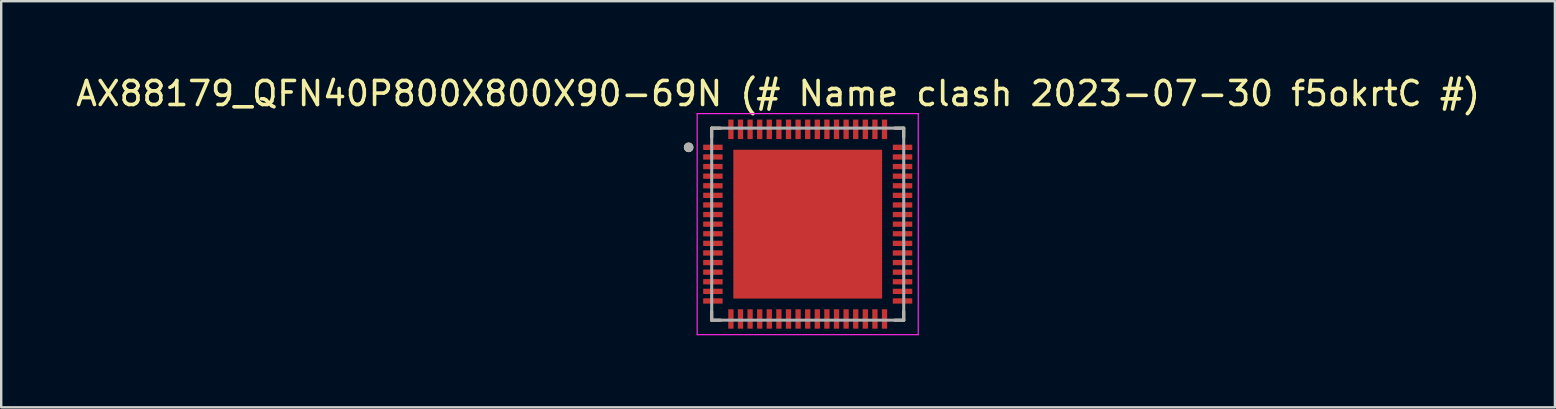
<source format=kicad_pcb>
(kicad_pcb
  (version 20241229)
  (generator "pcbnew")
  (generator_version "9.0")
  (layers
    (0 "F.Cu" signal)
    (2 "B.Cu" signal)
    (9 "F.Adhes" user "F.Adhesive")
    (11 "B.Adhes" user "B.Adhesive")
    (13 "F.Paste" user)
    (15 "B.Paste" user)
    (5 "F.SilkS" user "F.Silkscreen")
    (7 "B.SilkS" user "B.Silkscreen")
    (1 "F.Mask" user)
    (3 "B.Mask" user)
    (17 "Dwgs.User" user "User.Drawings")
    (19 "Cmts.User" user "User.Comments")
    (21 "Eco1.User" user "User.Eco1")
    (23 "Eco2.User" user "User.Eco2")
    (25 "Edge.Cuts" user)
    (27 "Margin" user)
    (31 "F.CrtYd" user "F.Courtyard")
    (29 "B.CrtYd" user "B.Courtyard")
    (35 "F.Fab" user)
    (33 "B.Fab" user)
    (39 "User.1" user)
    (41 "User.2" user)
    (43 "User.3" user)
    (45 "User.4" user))
  (footprint "AX88179_QFN40P800X800X90-69N (# Name clash 2023-07-30 f5okrtC #)"
    (layer "F.Cu")
    (at 30.598 6.288)
    (property "Reference" "AX88179_QFN40P800X800X90-69N (# Name clash 2023-07-30 f5okrtC #)" (at -1.235 -5.44 0) (layer "F.SilkS") (effects (font (size 1 1) (thickness 0.15))))
    (attr through_hole)
    (fp_line (start -4 -4) (end -4 -3.63) (stroke (width 0.127) (type solid)) (layer "F.SilkS"))
    (fp_line (start -4 -4) (end -3.63 -4) (stroke (width 0.127) (type solid)) (layer "F.SilkS"))
    (fp_line (start -4 4) (end -4 3.63) (stroke (width 0.127) (type solid)) (layer "F.SilkS"))
    (fp_line (start -4 4) (end -3.63 4) (stroke (width 0.127) (type solid)) (layer "F.SilkS"))
    (fp_line (start 4 -4) (end 3.63 -4) (stroke (width 0.127) (type solid)) (layer "F.SilkS"))
    (fp_line (start 4 -4) (end 4 -3.63) (stroke (width 0.127) (type solid)) (layer "F.SilkS"))
    (fp_line (start 4 4) (end 3.63 4) (stroke (width 0.127) (type solid)) (layer "F.SilkS"))
    (fp_line (start 4 4) (end 4 3.63) (stroke (width 0.127) (type solid)) (layer "F.SilkS"))
    (fp_circle (center -4.96 -3.2) (end -4.86 -3.2) (stroke (width 0.2) (type solid)) (fill no) (layer "F.SilkS"))
    (fp_poly (pts (xy -2.715 -2.715) (xy -1.415 -2.715) (xy -1.415 -1.415) (xy -2.715 -1.415)) (stroke (width 0.01) (type solid)) (fill yes) (layer "F.Paste"))
    (fp_poly (pts (xy -2.715 -0.645) (xy -1.415 -0.645) (xy -1.415 0.655) (xy -2.715 0.655)) (stroke (width 0.01) (type solid)) (fill yes) (layer "F.Paste"))
    (fp_poly (pts (xy -2.715 1.425) (xy -1.415 1.425) (xy -1.415 2.725) (xy -2.715 2.725)) (stroke (width 0.01) (type solid)) (fill yes) (layer "F.Paste"))
    (fp_poly (pts (xy -0.645 -2.715) (xy 0.655 -2.715) (xy 0.655 -1.415) (xy -0.645 -1.415)) (stroke (width 0.01) (type solid)) (fill yes) (layer "F.Paste"))
    (fp_poly (pts (xy -0.645 -0.645) (xy 0.655 -0.645) (xy 0.655 0.655) (xy -0.645 0.655)) (stroke (width 0.01) (type solid)) (fill yes) (layer "F.Paste"))
    (fp_poly (pts (xy -0.645 1.425) (xy 0.655 1.425) (xy 0.655 2.725) (xy -0.645 2.725)) (stroke (width 0.01) (type solid)) (fill yes) (layer "F.Paste"))
    (fp_poly (pts (xy 1.425 -2.715) (xy 2.725 -2.715) (xy 2.725 -1.415) (xy 1.425 -1.415)) (stroke (width 0.01) (type solid)) (fill yes) (layer "F.Paste"))
    (fp_poly (pts (xy 1.425 -0.645) (xy 2.725 -0.645) (xy 2.725 0.655) (xy 1.425 0.655)) (stroke (width 0.01) (type solid)) (fill yes) (layer "F.Paste"))
    (fp_poly (pts (xy 1.425 1.425) (xy 2.725 1.425) (xy 2.725 2.725) (xy 1.425 2.725)) (stroke (width 0.01) (type solid)) (fill yes) (layer "F.Paste"))
    (fp_line (start -4.605 -4.605) (end 4.605 -4.605) (stroke (width 0.05) (type solid)) (layer "F.CrtYd"))
    (fp_line (start -4.605 4.605) (end -4.605 -4.605) (stroke (width 0.05) (type solid)) (layer "F.CrtYd"))
    (fp_line (start -4.605 4.605) (end 4.605 4.605) (stroke (width 0.05) (type solid)) (layer "F.CrtYd"))
    (fp_line (start 4.605 4.605) (end 4.605 -4.605) (stroke (width 0.05) (type solid)) (layer "F.CrtYd"))
    (fp_line (start -4 4) (end -4 -4) (stroke (width 0.127) (type solid)) (layer "F.Fab"))
    (fp_line (start 4 -4) (end -4 -4) (stroke (width 0.127) (type solid)) (layer "F.Fab"))
    (fp_line (start 4 4) (end -4 4) (stroke (width 0.127) (type solid)) (layer "F.Fab"))
    (fp_line (start 4 4) (end 4 -4) (stroke (width 0.127) (type solid)) (layer "F.Fab"))
    (fp_circle (center -4.96 -3.2) (end -4.86 -3.2) (stroke (width 0.2) (type solid)) (fill no) (layer "F.Fab"))
    (pad "1" smd roundrect (at -3.95 -3.2) (size 0.81 0.22) (layers "F.Cu" "F.Mask" "F.Paste") (roundrect_rratio 0.03))
    (pad "2" smd roundrect (at -3.95 -2.8) (size 0.81 0.22) (layers "F.Cu" "F.Mask" "F.Paste") (roundrect_rratio 0.03))
    (pad "3" smd roundrect (at -3.95 -2.4) (size 0.81 0.22) (layers "F.Cu" "F.Mask" "F.Paste") (roundrect_rratio 0.03))
    (pad "4" smd roundrect (at -3.95 -2) (size 0.81 0.22) (layers "F.Cu" "F.Mask" "F.Paste") (roundrect_rratio 0.03))
    (pad "5" smd roundrect (at -3.95 -1.6) (size 0.81 0.22) (layers "F.Cu" "F.Mask" "F.Paste") (roundrect_rratio 0.03))
    (pad "6" smd roundrect (at -3.95 -1.2) (size 0.81 0.22) (layers "F.Cu" "F.Mask" "F.Paste") (roundrect_rratio 0.03))
    (pad "7" smd roundrect (at -3.95 -0.8) (size 0.81 0.22) (layers "F.Cu" "F.Mask" "F.Paste") (roundrect_rratio 0.03))
    (pad "8" smd roundrect (at -3.95 -0.4) (size 0.81 0.22) (layers "F.Cu" "F.Mask" "F.Paste") (roundrect_rratio 0.03))
    (pad "9" smd roundrect (at -3.95 0) (size 0.81 0.22) (layers "F.Cu" "F.Mask" "F.Paste") (roundrect_rratio 0.03))
    (pad "10" smd roundrect (at -3.95 0.4) (size 0.81 0.22) (layers "F.Cu" "F.Mask" "F.Paste") (roundrect_rratio 0.03))
    (pad "11" smd roundrect (at -3.95 0.8) (size 0.81 0.22) (layers "F.Cu" "F.Mask" "F.Paste") (roundrect_rratio 0.03))
    (pad "12" smd roundrect (at -3.95 1.2) (size 0.81 0.22) (layers "F.Cu" "F.Mask" "F.Paste") (roundrect_rratio 0.03))
    (pad "13" smd roundrect (at -3.95 1.6) (size 0.81 0.22) (layers "F.Cu" "F.Mask" "F.Paste") (roundrect_rratio 0.03))
    (pad "14" smd roundrect (at -3.95 2) (size 0.81 0.22) (layers "F.Cu" "F.Mask" "F.Paste") (roundrect_rratio 0.03))
    (pad "15" smd roundrect (at -3.95 2.4) (size 0.81 0.22) (layers "F.Cu" "F.Mask" "F.Paste") (roundrect_rratio 0.03))
    (pad "16" smd roundrect (at -3.95 2.8) (size 0.81 0.22) (layers "F.Cu" "F.Mask" "F.Paste") (roundrect_rratio 0.03))
    (pad "17" smd roundrect (at -3.95 3.2) (size 0.81 0.22) (layers "F.Cu" "F.Mask" "F.Paste") (roundrect_rratio 0.03))
    (pad "18" smd roundrect (at -3.2 3.95) (size 0.22 0.81) (layers "F.Cu" "F.Mask" "F.Paste") (roundrect_rratio 0.03))
    (pad "19" smd roundrect (at -2.8 3.95) (size 0.22 0.81) (layers "F.Cu" "F.Mask" "F.Paste") (roundrect_rratio 0.03))
    (pad "20" smd roundrect (at -2.4 3.95) (size 0.22 0.81) (layers "F.Cu" "F.Mask" "F.Paste") (roundrect_rratio 0.03))
    (pad "21" smd roundrect (at -2 3.95) (size 0.22 0.81) (layers "F.Cu" "F.Mask" "F.Paste") (roundrect_rratio 0.03))
    (pad "22" smd roundrect (at -1.6 3.95) (size 0.22 0.81) (layers "F.Cu" "F.Mask" "F.Paste") (roundrect_rratio 0.03))
    (pad "23" smd roundrect (at -1.2 3.95) (size 0.22 0.81) (layers "F.Cu" "F.Mask" "F.Paste") (roundrect_rratio 0.03))
    (pad "24" smd roundrect (at -0.8 3.95) (size 0.22 0.81) (layers "F.Cu" "F.Mask" "F.Paste") (roundrect_rratio 0.03))
    (pad "25" smd roundrect (at -0.4 3.95) (size 0.22 0.81) (layers "F.Cu" "F.Mask" "F.Paste") (roundrect_rratio 0.03))
    (pad "26" smd roundrect (at 0 3.95) (size 0.22 0.81) (layers "F.Cu" "F.Mask" "F.Paste") (roundrect_rratio 0.03))
    (pad "27" smd roundrect (at 0.4 3.95) (size 0.22 0.81) (layers "F.Cu" "F.Mask" "F.Paste") (roundrect_rratio 0.03))
    (pad "28" smd roundrect (at 0.8 3.95) (size 0.22 0.81) (layers "F.Cu" "F.Mask" "F.Paste") (roundrect_rratio 0.03))
    (pad "29" smd roundrect (at 1.2 3.95) (size 0.22 0.81) (layers "F.Cu" "F.Mask" "F.Paste") (roundrect_rratio 0.03))
    (pad "30" smd roundrect (at 1.6 3.95) (size 0.22 0.81) (layers "F.Cu" "F.Mask" "F.Paste") (roundrect_rratio 0.03))
    (pad "31" smd roundrect (at 2 3.95) (size 0.22 0.81) (layers "F.Cu" "F.Mask" "F.Paste") (roundrect_rratio 0.03))
    (pad "32" smd roundrect (at 2.4 3.95) (size 0.22 0.81) (layers "F.Cu" "F.Mask" "F.Paste") (roundrect_rratio 0.03))
    (pad "33" smd roundrect (at 2.8 3.95) (size 0.22 0.81) (layers "F.Cu" "F.Mask" "F.Paste") (roundrect_rratio 0.03))
    (pad "34" smd roundrect (at 3.2 3.95) (size 0.22 0.81) (layers "F.Cu" "F.Mask" "F.Paste") (roundrect_rratio 0.03))
    (pad "35" smd roundrect (at 3.95 3.2) (size 0.81 0.22) (layers "F.Cu" "F.Mask" "F.Paste") (roundrect_rratio 0.03))
    (pad "36" smd roundrect (at 3.95 2.8) (size 0.81 0.22) (layers "F.Cu" "F.Mask" "F.Paste") (roundrect_rratio 0.03))
    (pad "37" smd roundrect (at 3.95 2.4) (size 0.81 0.22) (layers "F.Cu" "F.Mask" "F.Paste") (roundrect_rratio 0.03))
    (pad "38" smd roundrect (at 3.95 2) (size 0.81 0.22) (layers "F.Cu" "F.Mask" "F.Paste") (roundrect_rratio 0.03))
    (pad "39" smd roundrect (at 3.95 1.6) (size 0.81 0.22) (layers "F.Cu" "F.Mask" "F.Paste") (roundrect_rratio 0.03))
    (pad "40" smd roundrect (at 3.95 1.2) (size 0.81 0.22) (layers "F.Cu" "F.Mask" "F.Paste") (roundrect_rratio 0.03))
    (pad "41" smd roundrect (at 3.95 0.8) (size 0.81 0.22) (layers "F.Cu" "F.Mask" "F.Paste") (roundrect_rratio 0.03))
    (pad "42" smd roundrect (at 3.95 0.4) (size 0.81 0.22) (layers "F.Cu" "F.Mask" "F.Paste") (roundrect_rratio 0.03))
    (pad "43" smd roundrect (at 3.95 0) (size 0.81 0.22) (layers "F.Cu" "F.Mask" "F.Paste") (roundrect_rratio 0.03))
    (pad "44" smd roundrect (at 3.95 -0.4) (size 0.81 0.22) (layers "F.Cu" "F.Mask" "F.Paste") (roundrect_rratio 0.03))
    (pad "45" smd roundrect (at 3.95 -0.8) (size 0.81 0.22) (layers "F.Cu" "F.Mask" "F.Paste") (roundrect_rratio 0.03))
    (pad "46" smd roundrect (at 3.95 -1.2) (size 0.81 0.22) (layers "F.Cu" "F.Mask" "F.Paste") (roundrect_rratio 0.03))
    (pad "47" smd roundrect (at 3.95 -1.6) (size 0.81 0.22) (layers "F.Cu" "F.Mask" "F.Paste") (roundrect_rratio 0.03))
    (pad "48" smd roundrect (at 3.95 -2) (size 0.81 0.22) (layers "F.Cu" "F.Mask" "F.Paste") (roundrect_rratio 0.03))
    (pad "49" smd roundrect (at 3.95 -2.4) (size 0.81 0.22) (layers "F.Cu" "F.Mask" "F.Paste") (roundrect_rratio 0.03))
    (pad "50" smd roundrect (at 3.95 -2.8) (size 0.81 0.22) (layers "F.Cu" "F.Mask" "F.Paste") (roundrect_rratio 0.03))
    (pad "51" smd roundrect (at 3.95 -3.2) (size 0.81 0.22) (layers "F.Cu" "F.Mask" "F.Paste") (roundrect_rratio 0.03))
    (pad "52" smd roundrect (at 3.2 -3.95) (size 0.22 0.81) (layers "F.Cu" "F.Mask" "F.Paste") (roundrect_rratio 0.03))
    (pad "53" smd roundrect (at 2.8 -3.95) (size 0.22 0.81) (layers "F.Cu" "F.Mask" "F.Paste") (roundrect_rratio 0.03))
    (pad "54" smd roundrect (at 2.4 -3.95) (size 0.22 0.81) (layers "F.Cu" "F.Mask" "F.Paste") (roundrect_rratio 0.03))
    (pad "55" smd roundrect (at 2 -3.95) (size 0.22 0.81) (layers "F.Cu" "F.Mask" "F.Paste") (roundrect_rratio 0.03))
    (pad "56" smd roundrect (at 1.6 -3.95) (size 0.22 0.81) (layers "F.Cu" "F.Mask" "F.Paste") (roundrect_rratio 0.03))
    (pad "57" smd roundrect (at 1.2 -3.95) (size 0.22 0.81) (layers "F.Cu" "F.Mask" "F.Paste") (roundrect_rratio 0.03))
    (pad "58" smd roundrect (at 0.8 -3.95) (size 0.22 0.81) (layers "F.Cu" "F.Mask" "F.Paste") (roundrect_rratio 0.03))
    (pad "59" smd roundrect (at 0.4 -3.95) (size 0.22 0.81) (layers "F.Cu" "F.Mask" "F.Paste") (roundrect_rratio 0.03))
    (pad "60" smd roundrect (at 0 -3.95) (size 0.22 0.81) (layers "F.Cu" "F.Mask" "F.Paste") (roundrect_rratio 0.03))
    (pad "61" smd roundrect (at -0.4 -3.95) (size 0.22 0.81) (layers "F.Cu" "F.Mask" "F.Paste") (roundrect_rratio 0.03))
    (pad "62" smd roundrect (at -0.8 -3.95) (size 0.22 0.81) (layers "F.Cu" "F.Mask" "F.Paste") (roundrect_rratio 0.03))
    (pad "63" smd roundrect (at -1.2 -3.95) (size 0.22 0.81) (layers "F.Cu" "F.Mask" "F.Paste") (roundrect_rratio 0.03))
    (pad "64" smd roundrect (at -1.6 -3.95) (size 0.22 0.81) (layers "F.Cu" "F.Mask" "F.Paste") (roundrect_rratio 0.03))
    (pad "65" smd roundrect (at -2 -3.95) (size 0.22 0.81) (layers "F.Cu" "F.Mask" "F.Paste") (roundrect_rratio 0.03))
    (pad "66" smd roundrect (at -2.4 -3.95) (size 0.22 0.81) (layers "F.Cu" "F.Mask" "F.Paste") (roundrect_rratio 0.03))
    (pad "67" smd roundrect (at -2.8 -3.95) (size 0.22 0.81) (layers "F.Cu" "F.Mask" "F.Paste") (roundrect_rratio 0.03))
    (pad "68" smd roundrect (at -3.2 -3.95) (size 0.22 0.81) (layers "F.Cu" "F.Mask" "F.Paste") (roundrect_rratio 0.03))
    (pad "69" smd rect (at 0 0) (size 6.2 6.2) (layers "F.Cu" "F.Mask")))
  (gr_rect
    (start -3 -3)
    (end 61.726 13.918)
    (stroke (width 0.1) (type default))
    (fill no)
    (layer "Edge.Cuts")))
</source>
